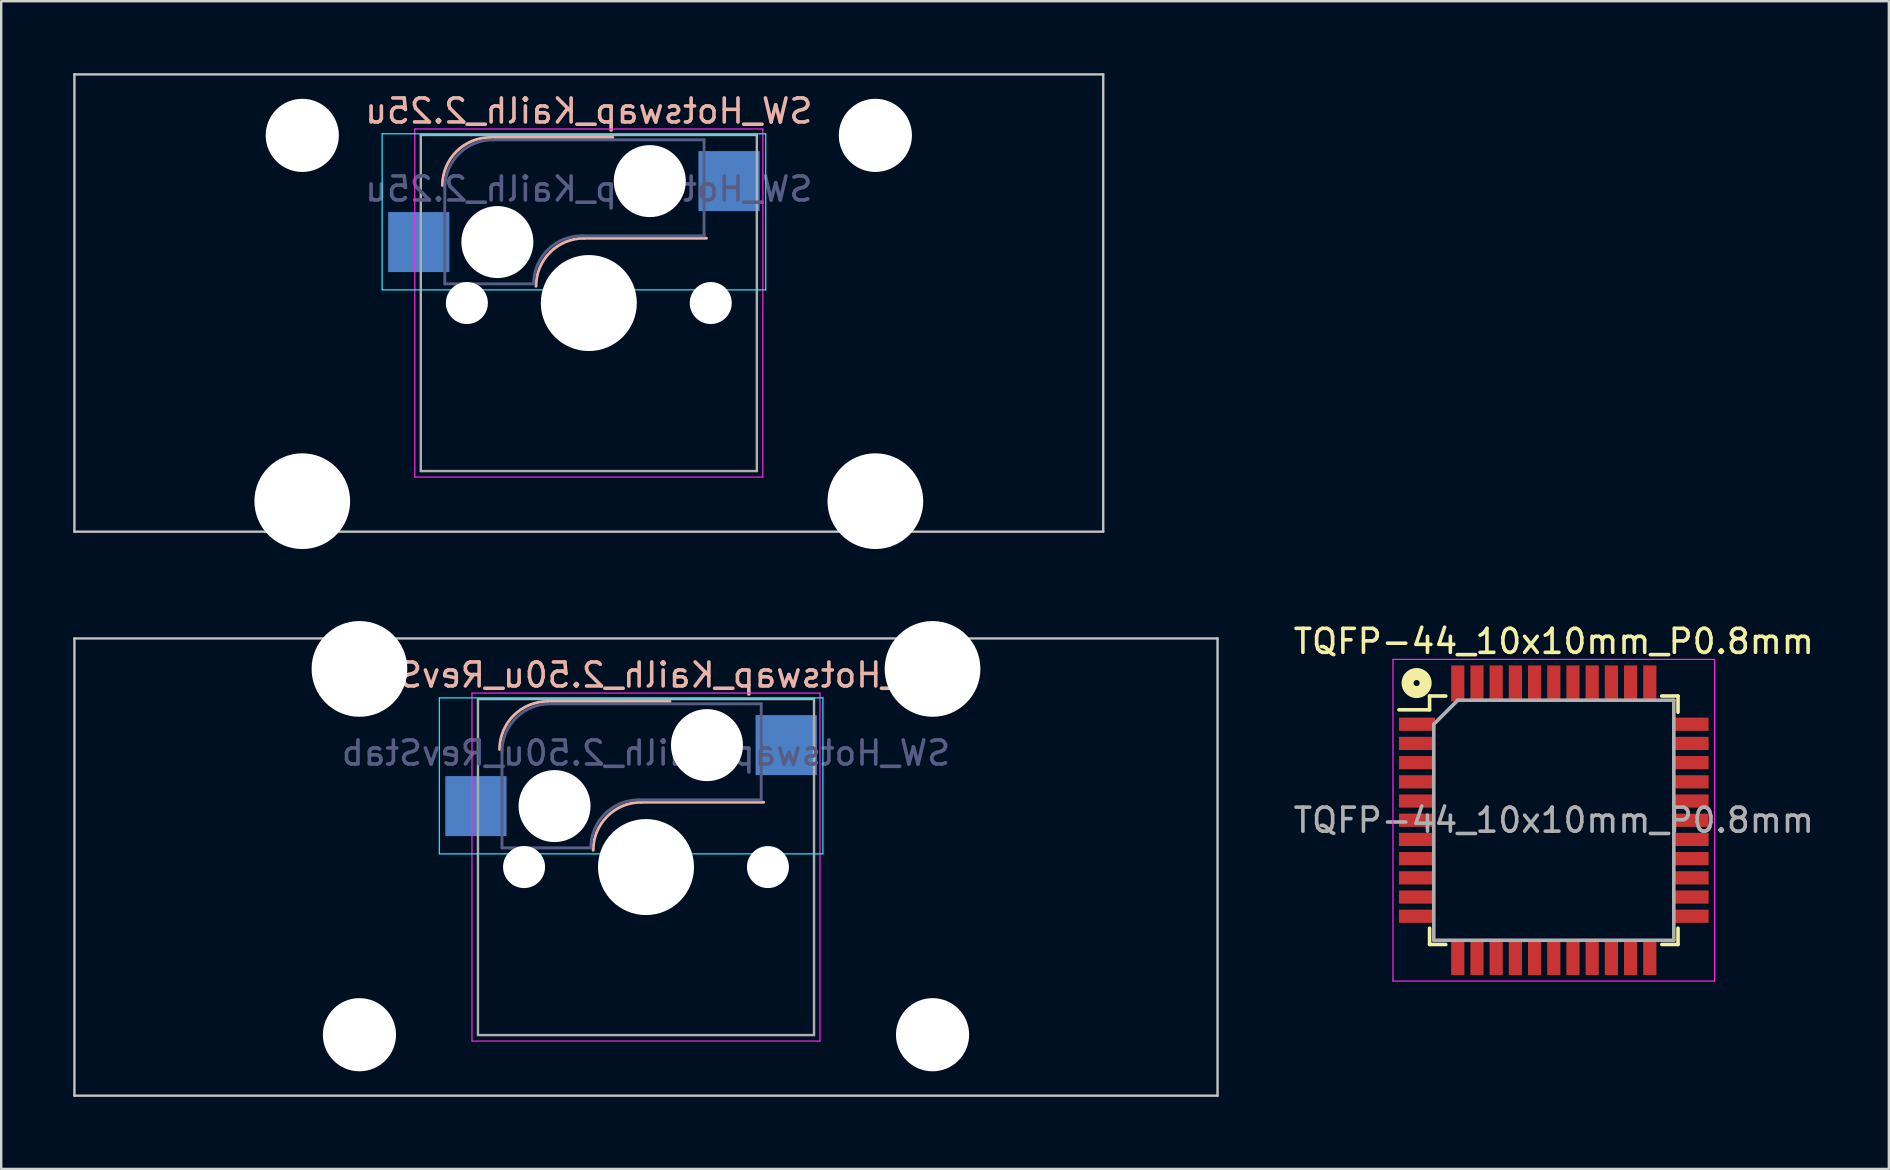
<source format=kicad_pcb>
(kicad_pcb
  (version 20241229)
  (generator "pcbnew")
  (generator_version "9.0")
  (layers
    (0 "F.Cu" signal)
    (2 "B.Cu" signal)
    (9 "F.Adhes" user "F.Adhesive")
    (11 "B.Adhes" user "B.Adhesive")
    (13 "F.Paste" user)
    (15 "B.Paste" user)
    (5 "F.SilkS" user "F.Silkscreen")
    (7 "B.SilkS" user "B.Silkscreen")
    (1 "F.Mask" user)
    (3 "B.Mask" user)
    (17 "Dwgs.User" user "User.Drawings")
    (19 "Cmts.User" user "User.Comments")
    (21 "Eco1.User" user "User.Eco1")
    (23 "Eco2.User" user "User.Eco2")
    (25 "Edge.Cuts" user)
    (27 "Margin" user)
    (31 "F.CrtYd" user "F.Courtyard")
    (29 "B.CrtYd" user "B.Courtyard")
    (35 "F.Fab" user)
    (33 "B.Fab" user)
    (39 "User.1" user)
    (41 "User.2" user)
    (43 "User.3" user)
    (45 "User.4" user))
  (footprint "TQFP-44_10x10mm_P0.8mm"
    (layer "F.Cu")
    (at 61.683 31.122)
    (property "Reference" "TQFP-44_10x10mm_P0.8mm" (at 0 -7.45 0) (layer "F.SilkS") (effects (font (size 1 1) (thickness 0.15))))
    (attr smd)
    (fp_line (start -5.175 -5.175) (end -5.175 -4.6) (stroke (width 0.15) (type solid)) (layer "F.SilkS"))
    (fp_line (start -5.175 -5.175) (end -4.5 -5.175) (stroke (width 0.15) (type solid)) (layer "F.SilkS"))
    (fp_line (start -5.175 -4.6) (end -6.45 -4.6) (stroke (width 0.15) (type solid)) (layer "F.SilkS"))
    (fp_line (start -5.175 5.175) (end -5.175 4.5) (stroke (width 0.15) (type solid)) (layer "F.SilkS"))
    (fp_line (start -5.175 5.175) (end -4.5 5.175) (stroke (width 0.15) (type solid)) (layer "F.SilkS"))
    (fp_line (start 5.175 -5.175) (end 4.5 -5.175) (stroke (width 0.15) (type solid)) (layer "F.SilkS"))
    (fp_line (start 5.175 -5.175) (end 5.175 -4.5) (stroke (width 0.15) (type solid)) (layer "F.SilkS"))
    (fp_line (start 5.175 5.175) (end 4.5 5.175) (stroke (width 0.15) (type solid)) (layer "F.SilkS"))
    (fp_line (start 5.175 5.175) (end 5.175 4.5) (stroke (width 0.15) (type solid)) (layer "F.SilkS"))
    (fp_circle (center -5.715 -5.715) (end -5.588 -5.715) (stroke (width 0.5) (type solid)) (fill no) (layer "F.SilkS"))
    (fp_line (start -6.7 -6.7) (end -6.7 6.7) (stroke (width 0.05) (type solid)) (layer "F.CrtYd"))
    (fp_line (start -6.7 -6.7) (end 6.7 -6.7) (stroke (width 0.05) (type solid)) (layer "F.CrtYd"))
    (fp_line (start -6.7 6.7) (end 6.7 6.7) (stroke (width 0.05) (type solid)) (layer "F.CrtYd"))
    (fp_line (start 6.7 -6.7) (end 6.7 6.7) (stroke (width 0.05) (type solid)) (layer "F.CrtYd"))
    (fp_line (start -5 -4) (end -4 -5) (stroke (width 0.15) (type solid)) (layer "F.Fab"))
    (fp_line (start -5 5) (end -5 -4) (stroke (width 0.15) (type solid)) (layer "F.Fab"))
    (fp_line (start -4 -5) (end 5 -5) (stroke (width 0.15) (type solid)) (layer "F.Fab"))
    (fp_line (start 5 -5) (end 5 5) (stroke (width 0.15) (type solid)) (layer "F.Fab"))
    (fp_line (start 5 5) (end -5 5) (stroke (width 0.15) (type solid)) (layer "F.Fab"))
    (fp_text user "${REFERENCE}" (at 0 0 0) (layer "F.Fab") (effects (font (size 1 1) (thickness 0.15))))
    (pad "1" smd rect (at -5.7 -4) (size 1.5 0.55) (layers "F.Cu" "F.Mask" "F.Paste"))
    (pad "2" smd rect (at -5.7 -3.2) (size 1.5 0.55) (layers "F.Cu" "F.Mask" "F.Paste"))
    (pad "3" smd rect (at -5.7 -2.4) (size 1.5 0.55) (layers "F.Cu" "F.Mask" "F.Paste"))
    (pad "4" smd rect (at -5.7 -1.6) (size 1.5 0.55) (layers "F.Cu" "F.Mask" "F.Paste"))
    (pad "5" smd rect (at -5.7 -0.8) (size 1.5 0.55) (layers "F.Cu" "F.Mask" "F.Paste"))
    (pad "6" smd rect (at -5.7 0) (size 1.5 0.55) (layers "F.Cu" "F.Mask" "F.Paste"))
    (pad "7" smd rect (at -5.7 0.8) (size 1.5 0.55) (layers "F.Cu" "F.Mask" "F.Paste"))
    (pad "8" smd rect (at -5.7 1.6) (size 1.5 0.55) (layers "F.Cu" "F.Mask" "F.Paste"))
    (pad "9" smd rect (at -5.7 2.4) (size 1.5 0.55) (layers "F.Cu" "F.Mask" "F.Paste"))
    (pad "10" smd rect (at -5.7 3.2) (size 1.5 0.55) (layers "F.Cu" "F.Mask" "F.Paste"))
    (pad "11" smd rect (at -5.7 4) (size 1.5 0.55) (layers "F.Cu" "F.Mask" "F.Paste"))
    (pad "12" smd rect (at -4 5.7 90) (size 1.5 0.55) (layers "F.Cu" "F.Mask" "F.Paste"))
    (pad "13" smd rect (at -3.2 5.7 90) (size 1.5 0.55) (layers "F.Cu" "F.Mask" "F.Paste"))
    (pad "14" smd rect (at -2.4 5.7 90) (size 1.5 0.55) (layers "F.Cu" "F.Mask" "F.Paste"))
    (pad "15" smd rect (at -1.6 5.7 90) (size 1.5 0.55) (layers "F.Cu" "F.Mask" "F.Paste"))
    (pad "16" smd rect (at -0.8 5.7 90) (size 1.5 0.55) (layers "F.Cu" "F.Mask" "F.Paste"))
    (pad "17" smd rect (at 0 5.7 90) (size 1.5 0.55) (layers "F.Cu" "F.Mask" "F.Paste"))
    (pad "18" smd rect (at 0.8 5.7 90) (size 1.5 0.55) (layers "F.Cu" "F.Mask" "F.Paste"))
    (pad "19" smd rect (at 1.6 5.7 90) (size 1.5 0.55) (layers "F.Cu" "F.Mask" "F.Paste"))
    (pad "20" smd rect (at 2.4 5.7 90) (size 1.5 0.55) (layers "F.Cu" "F.Mask" "F.Paste"))
    (pad "21" smd rect (at 3.2 5.7 90) (size 1.5 0.55) (layers "F.Cu" "F.Mask" "F.Paste"))
    (pad "22" smd rect (at 4 5.7 90) (size 1.5 0.55) (layers "F.Cu" "F.Mask" "F.Paste"))
    (pad "23" smd rect (at 5.7 4) (size 1.5 0.55) (layers "F.Cu" "F.Mask" "F.Paste"))
    (pad "24" smd rect (at 5.7 3.2) (size 1.5 0.55) (layers "F.Cu" "F.Mask" "F.Paste"))
    (pad "25" smd rect (at 5.7 2.4) (size 1.5 0.55) (layers "F.Cu" "F.Mask" "F.Paste"))
    (pad "26" smd rect (at 5.7 1.6) (size 1.5 0.55) (layers "F.Cu" "F.Mask" "F.Paste"))
    (pad "27" smd rect (at 5.7 0.8) (size 1.5 0.55) (layers "F.Cu" "F.Mask" "F.Paste"))
    (pad "28" smd rect (at 5.7 0) (size 1.5 0.55) (layers "F.Cu" "F.Mask" "F.Paste"))
    (pad "29" smd rect (at 5.7 -0.8) (size 1.5 0.55) (layers "F.Cu" "F.Mask" "F.Paste"))
    (pad "30" smd rect (at 5.7 -1.6) (size 1.5 0.55) (layers "F.Cu" "F.Mask" "F.Paste"))
    (pad "31" smd rect (at 5.7 -2.4) (size 1.5 0.55) (layers "F.Cu" "F.Mask" "F.Paste"))
    (pad "32" smd rect (at 5.7 -3.2) (size 1.5 0.55) (layers "F.Cu" "F.Mask" "F.Paste"))
    (pad "33" smd rect (at 5.7 -4) (size 1.5 0.55) (layers "F.Cu" "F.Mask" "F.Paste"))
    (pad "34" smd rect (at 4 -5.7 90) (size 1.5 0.55) (layers "F.Cu" "F.Mask" "F.Paste"))
    (pad "35" smd rect (at 3.2 -5.7 90) (size 1.5 0.55) (layers "F.Cu" "F.Mask" "F.Paste"))
    (pad "36" smd rect (at 2.4 -5.7 90) (size 1.5 0.55) (layers "F.Cu" "F.Mask" "F.Paste"))
    (pad "37" smd rect (at 1.6 -5.7 90) (size 1.5 0.55) (layers "F.Cu" "F.Mask" "F.Paste"))
    (pad "38" smd rect (at 0.8 -5.7 90) (size 1.5 0.55) (layers "F.Cu" "F.Mask" "F.Paste"))
    (pad "39" smd rect (at 0 -5.7 90) (size 1.5 0.55) (layers "F.Cu" "F.Mask" "F.Paste"))
    (pad "40" smd rect (at -0.8 -5.7 90) (size 1.5 0.55) (layers "F.Cu" "F.Mask" "F.Paste"))
    (pad "41" smd rect (at -1.6 -5.7 90) (size 1.5 0.55) (layers "F.Cu" "F.Mask" "F.Paste"))
    (pad "42" smd rect (at -2.4 -5.7 90) (size 1.5 0.55) (layers "F.Cu" "F.Mask" "F.Paste"))
    (pad "43" smd rect (at -3.2 -5.7 90) (size 1.5 0.55) (layers "F.Cu" "F.Mask" "F.Paste"))
    (pad "44" smd rect (at -4 -5.7 90) (size 1.5 0.55) (layers "F.Cu" "F.Mask" "F.Paste")))
  (footprint "SW_Hotswap_Kailh_2.25u"
    (layer "F.Cu")
    (at 21.481 9.575)
    (property "Reference" "SW_Hotswap_Kailh_2.25u" (at 0 -8 0) (layer "B.SilkS") (effects (font (size 1 1) (thickness 0.15)) (justify mirror)))
    (attr smd)
    (fp_line (start -4.1 -6.9) (end 1 -6.9) (stroke (width 0.12) (type solid)) (layer "B.SilkS"))
    (fp_line (start -0.2 -2.7) (end 4.9 -2.7) (stroke (width 0.12) (type solid)) (layer "B.SilkS"))
    (fp_arc (start -6.1 -4.9) (mid -5.514214 -6.314214) (end -4.1 -6.9) (stroke (width 0.12) (type solid)) (layer "B.SilkS"))
    (fp_arc (start -2.2 -0.7) (mid -1.614214 -2.114214) (end -0.2 -2.7) (stroke (width 0.12) (type solid)) (layer "B.SilkS"))
    (fp_line (start -21.431 -9.525) (end -21.431 9.525) (stroke (width 0.1) (type solid)) (layer "Dwgs.User"))
    (fp_line (start -21.431 9.525) (end 21.431 9.525) (stroke (width 0.1) (type solid)) (layer "Dwgs.User"))
    (fp_line (start 21.431 -9.525) (end -21.431 -9.525) (stroke (width 0.1) (type solid)) (layer "Dwgs.User"))
    (fp_line (start 21.431 9.525) (end 21.431 -9.525) (stroke (width 0.1) (type solid)) (layer "Dwgs.User"))
    (fp_line (start -8.61 -7.05) (end -8.61 -0.55) (stroke (width 0.05) (type solid)) (layer "B.CrtYd"))
    (fp_line (start -8.61 -0.55) (end 7.37 -0.55) (stroke (width 0.05) (type solid)) (layer "B.CrtYd"))
    (fp_line (start 7.37 -7.05) (end -8.61 -7.05) (stroke (width 0.05) (type solid)) (layer "B.CrtYd"))
    (fp_line (start 7.37 -0.55) (end 7.37 -7.05) (stroke (width 0.05) (type solid)) (layer "B.CrtYd"))
    (fp_line (start -7.25 -7.25) (end -7.25 7.25) (stroke (width 0.05) (type solid)) (layer "F.CrtYd"))
    (fp_line (start -7.25 7.25) (end 7.25 7.25) (stroke (width 0.05) (type solid)) (layer "F.CrtYd"))
    (fp_line (start 7.25 -7.25) (end -7.25 -7.25) (stroke (width 0.05) (type solid)) (layer "F.CrtYd"))
    (fp_line (start 7.25 7.25) (end 7.25 -7.25) (stroke (width 0.05) (type solid)) (layer "F.CrtYd"))
    (fp_line (start -6 -0.8) (end -6 -4.8) (stroke (width 0.12) (type solid)) (layer "B.Fab"))
    (fp_line (start -6 -0.8) (end -2.3 -0.8) (stroke (width 0.12) (type solid)) (layer "B.Fab"))
    (fp_line (start -4 -6.8) (end 4.8 -6.8) (stroke (width 0.12) (type solid)) (layer "B.Fab"))
    (fp_line (start -0.3 -2.8) (end 4.8 -2.8) (stroke (width 0.12) (type solid)) (layer "B.Fab"))
    (fp_line (start 4.8 -6.8) (end 4.8 -2.8) (stroke (width 0.12) (type solid)) (layer "B.Fab"))
    (fp_arc (start -6 -4.8) (mid -5.414214 -6.214214) (end -4 -6.8) (stroke (width 0.12) (type solid)) (layer "B.Fab"))
    (fp_arc (start -2.3 -0.8) (mid -1.714214 -2.214214) (end -0.3 -2.8) (stroke (width 0.12) (type solid)) (layer "B.Fab"))
    (fp_line (start -7 -7) (end -7 7) (stroke (width 0.1) (type solid)) (layer "F.Fab"))
    (fp_line (start -7 7) (end 7 7) (stroke (width 0.1) (type solid)) (layer "F.Fab"))
    (fp_line (start 7 -7) (end -7 -7) (stroke (width 0.1) (type solid)) (layer "F.Fab"))
    (fp_line (start 7 7) (end 7 -7) (stroke (width 0.1) (type solid)) (layer "F.Fab"))
    (fp_text user "${REFERENCE}" (at 0 -4.75 0) (layer "B.Fab") (effects (font (size 1 1) (thickness 0.15)) (justify mirror)))
    (pad "" np_thru_hole circle (at -11.938 -6.985 180) (size 3.048 3.048) (drill 3.048) (layers "*.Cu" "*.Mask"))
    (pad "" np_thru_hole circle (at -11.938 8.255 180) (size 3.988 3.988) (drill 3.988) (layers "*.Cu" "*.Mask"))
    (pad "" np_thru_hole circle (at -5.08 0) (size 1.75 1.75) (drill 1.75) (layers "*.Cu" "*.Mask"))
    (pad "" np_thru_hole circle (at -3.81 -2.54) (size 3 3) (drill 3) (layers "*.Cu" "*.Mask"))
    (pad "" np_thru_hole circle (at 0 0) (size 4 4) (drill 4) (layers "*.Cu" "*.Mask"))
    (pad "" np_thru_hole circle (at 2.54 -5.08) (size 3 3) (drill 3) (layers "*.Cu" "*.Mask"))
    (pad "" np_thru_hole circle (at 5.08 0) (size 1.75 1.75) (drill 1.75) (layers "*.Cu" "*.Mask"))
    (pad "" np_thru_hole circle (at 11.938 -6.985 180) (size 3.048 3.048) (drill 3.048) (layers "*.Cu" "*.Mask"))
    (pad "" np_thru_hole circle (at 11.938 8.255 180) (size 3.988 3.988) (drill 3.988) (layers "*.Cu" "*.Mask"))
    (pad "1" smd rect (at 5.842 -5.08) (size 2.55 2.5) (layers "B.Cu" "B.Mask" "B.Paste"))
    (pad "2" smd rect (at -7.085 -2.54) (size 2.55 2.5) (layers "B.Cu" "B.Mask" "B.Paste")))
  (footprint "SW_Hotswap_Kailh_2.50u_RevStab"
    (layer "F.Cu")
    (at 23.863 33.073)
    (property "Reference" "SW_Hotswap_Kailh_2.50u_RevStab" (at 0 -8 0) (layer "B.SilkS") (effects (font (size 1 1) (thickness 0.15)) (justify mirror)))
    (attr smd)
    (fp_line (start -4.1 -6.9) (end 1 -6.9) (stroke (width 0.12) (type solid)) (layer "B.SilkS"))
    (fp_line (start -0.2 -2.7) (end 4.9 -2.7) (stroke (width 0.12) (type solid)) (layer "B.SilkS"))
    (fp_arc (start -6.1 -4.9) (mid -5.514214 -6.314214) (end -4.1 -6.9) (stroke (width 0.12) (type solid)) (layer "B.SilkS"))
    (fp_arc (start -2.2 -0.7) (mid -1.614214 -2.114214) (end -0.2 -2.7) (stroke (width 0.12) (type solid)) (layer "B.SilkS"))
    (fp_line (start -23.812 -9.525) (end -23.812 9.525) (stroke (width 0.1) (type solid)) (layer "Dwgs.User"))
    (fp_line (start -23.812 9.525) (end 23.812 9.525) (stroke (width 0.1) (type solid)) (layer "Dwgs.User"))
    (fp_line (start 23.812 -9.525) (end -23.812 -9.525) (stroke (width 0.1) (type solid)) (layer "Dwgs.User"))
    (fp_line (start 23.812 9.525) (end 23.812 -9.525) (stroke (width 0.1) (type solid)) (layer "Dwgs.User"))
    (fp_line (start -8.61 -7.05) (end -8.61 -0.55) (stroke (width 0.05) (type solid)) (layer "B.CrtYd"))
    (fp_line (start -8.61 -0.55) (end 7.37 -0.55) (stroke (width 0.05) (type solid)) (layer "B.CrtYd"))
    (fp_line (start 7.37 -7.05) (end -8.61 -7.05) (stroke (width 0.05) (type solid)) (layer "B.CrtYd"))
    (fp_line (start 7.37 -0.55) (end 7.37 -7.05) (stroke (width 0.05) (type solid)) (layer "B.CrtYd"))
    (fp_line (start -7.25 -7.25) (end -7.25 7.25) (stroke (width 0.05) (type solid)) (layer "F.CrtYd"))
    (fp_line (start -7.25 7.25) (end 7.25 7.25) (stroke (width 0.05) (type solid)) (layer "F.CrtYd"))
    (fp_line (start 7.25 -7.25) (end -7.25 -7.25) (stroke (width 0.05) (type solid)) (layer "F.CrtYd"))
    (fp_line (start 7.25 7.25) (end 7.25 -7.25) (stroke (width 0.05) (type solid)) (layer "F.CrtYd"))
    (fp_line (start -6 -0.8) (end -6 -4.8) (stroke (width 0.12) (type solid)) (layer "B.Fab"))
    (fp_line (start -6 -0.8) (end -2.3 -0.8) (stroke (width 0.12) (type solid)) (layer "B.Fab"))
    (fp_line (start -4 -6.8) (end 4.8 -6.8) (stroke (width 0.12) (type solid)) (layer "B.Fab"))
    (fp_line (start -0.3 -2.8) (end 4.8 -2.8) (stroke (width 0.12) (type solid)) (layer "B.Fab"))
    (fp_line (start 4.8 -6.8) (end 4.8 -2.8) (stroke (width 0.12) (type solid)) (layer "B.Fab"))
    (fp_arc (start -6 -4.8) (mid -5.414214 -6.214214) (end -4 -6.8) (stroke (width 0.12) (type solid)) (layer "B.Fab"))
    (fp_arc (start -2.3 -0.8) (mid -1.714214 -2.214214) (end -0.3 -2.8) (stroke (width 0.12) (type solid)) (layer "B.Fab"))
    (fp_line (start -7 -7) (end -7 7) (stroke (width 0.1) (type solid)) (layer "F.Fab"))
    (fp_line (start -7 7) (end 7 7) (stroke (width 0.1) (type solid)) (layer "F.Fab"))
    (fp_line (start 7 -7) (end -7 -7) (stroke (width 0.1) (type solid)) (layer "F.Fab"))
    (fp_line (start 7 7) (end 7 -7) (stroke (width 0.1) (type solid)) (layer "F.Fab"))
    (fp_text user "${REFERENCE}" (at 0 -4.75 0) (layer "B.Fab") (effects (font (size 1 1) (thickness 0.15)) (justify mirror)))
    (pad "" np_thru_hole circle (at -11.938 -8.255) (size 3.988 3.988) (drill 3.988) (layers "*.Cu" "*.Mask"))
    (pad "" np_thru_hole circle (at -11.938 6.985) (size 3.048 3.048) (drill 3.048) (layers "*.Cu" "*.Mask"))
    (pad "" np_thru_hole circle (at -5.08 0) (size 1.75 1.75) (drill 1.75) (layers "*.Cu" "*.Mask"))
    (pad "" np_thru_hole circle (at -3.81 -2.54) (size 3 3) (drill 3) (layers "*.Cu" "*.Mask"))
    (pad "" np_thru_hole circle (at 0 0) (size 4 4) (drill 4) (layers "*.Cu" "*.Mask"))
    (pad "" np_thru_hole circle (at 2.54 -5.08) (size 3 3) (drill 3) (layers "*.Cu" "*.Mask"))
    (pad "" np_thru_hole circle (at 5.08 0) (size 1.75 1.75) (drill 1.75) (layers "*.Cu" "*.Mask"))
    (pad "" np_thru_hole circle (at 11.938 -8.255) (size 3.988 3.988) (drill 3.988) (layers "*.Cu" "*.Mask"))
    (pad "" np_thru_hole circle (at 11.938 6.985) (size 3.048 3.048) (drill 3.048) (layers "*.Cu" "*.Mask"))
    (pad "1" smd rect (at 5.842 -5.08) (size 2.55 2.5) (layers "B.Cu" "B.Mask" "B.Paste"))
    (pad "2" smd rect (at -7.085 -2.54) (size 2.55 2.5) (layers "B.Cu" "B.Mask" "B.Paste")))
  (gr_rect
    (start -3 -3)
    (end 75.642 45.648)
    (stroke (width 0.1) (type default))
    (fill no)
    (layer "Edge.Cuts")))
</source>
